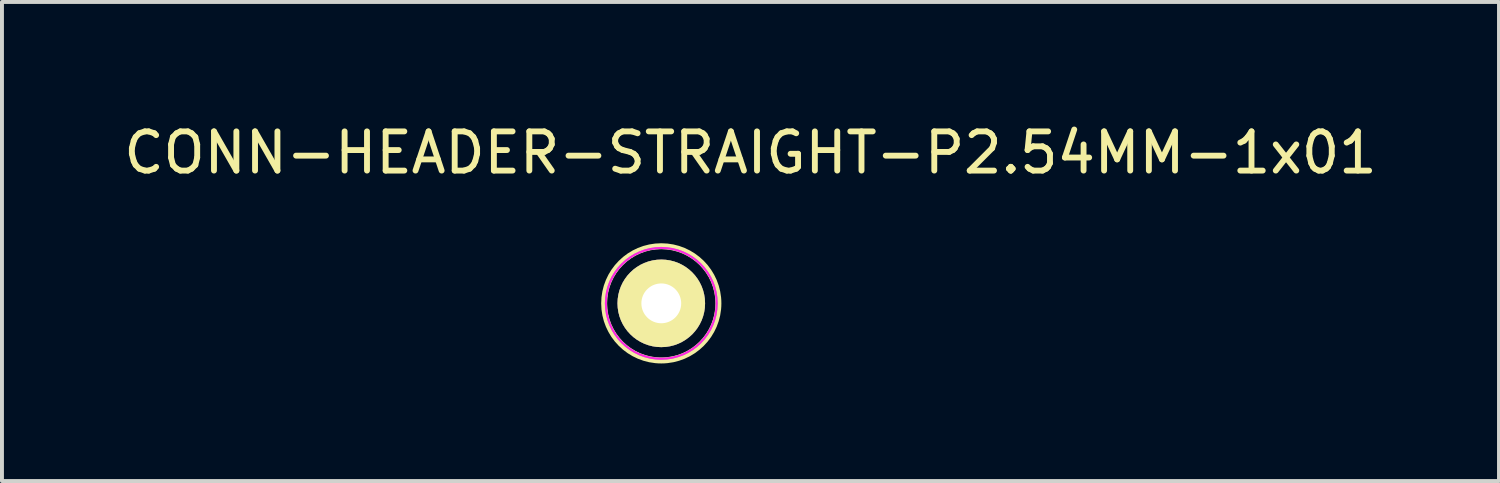
<source format=kicad_pcb>
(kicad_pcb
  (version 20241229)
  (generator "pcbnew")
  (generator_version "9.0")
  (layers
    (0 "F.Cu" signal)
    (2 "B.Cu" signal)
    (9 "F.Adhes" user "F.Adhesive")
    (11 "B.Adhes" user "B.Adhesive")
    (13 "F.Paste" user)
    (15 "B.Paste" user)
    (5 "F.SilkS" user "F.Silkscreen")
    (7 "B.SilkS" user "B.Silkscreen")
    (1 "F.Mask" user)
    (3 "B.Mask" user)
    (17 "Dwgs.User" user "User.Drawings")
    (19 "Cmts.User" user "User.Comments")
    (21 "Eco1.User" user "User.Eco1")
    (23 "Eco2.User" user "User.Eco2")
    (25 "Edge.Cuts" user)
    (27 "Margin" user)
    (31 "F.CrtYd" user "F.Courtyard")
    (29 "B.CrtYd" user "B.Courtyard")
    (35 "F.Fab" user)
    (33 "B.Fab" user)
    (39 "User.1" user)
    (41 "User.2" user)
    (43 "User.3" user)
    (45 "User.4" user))
  (footprint "CONN-HEADER-STRAIGHT-P2.54MM-1x01"
    (layer "F.Cu")
    (at 13.825 4.691)
    (property "Reference" "CONN-HEADER-STRAIGHT-P2.54MM-1x01" (at 2.276 -3.843 0) (layer "F.SilkS") (effects (font (size 1 1) (thickness 0.15))))
    (attr through_hole)
    (fp_circle (center 0 0) (end 1.25 0.75) (stroke (width 0.152) (type solid)) (fill no) (layer "F.SilkS"))
    (fp_circle (center 0 0) (end 1 1) (stroke (width 0.051) (type solid)) (fill no) (layer "F.CrtYd"))
    (fp_circle (center 0 0) (end 1 1) (stroke (width 0.051) (type solid)) (fill no) (layer "F.Fab"))
    (pad "1" thru_hole circle (at 0 0) (size 2.235 2.235) (drill 1.016) (layers "*.Cu" "*.Mask" "F.SilkS")))
  (gr_rect
    (start -3 -3)
    (end 35.202 9.225)
    (stroke (width 0.1) (type default))
    (fill no)
    (layer "Edge.Cuts")))
</source>
